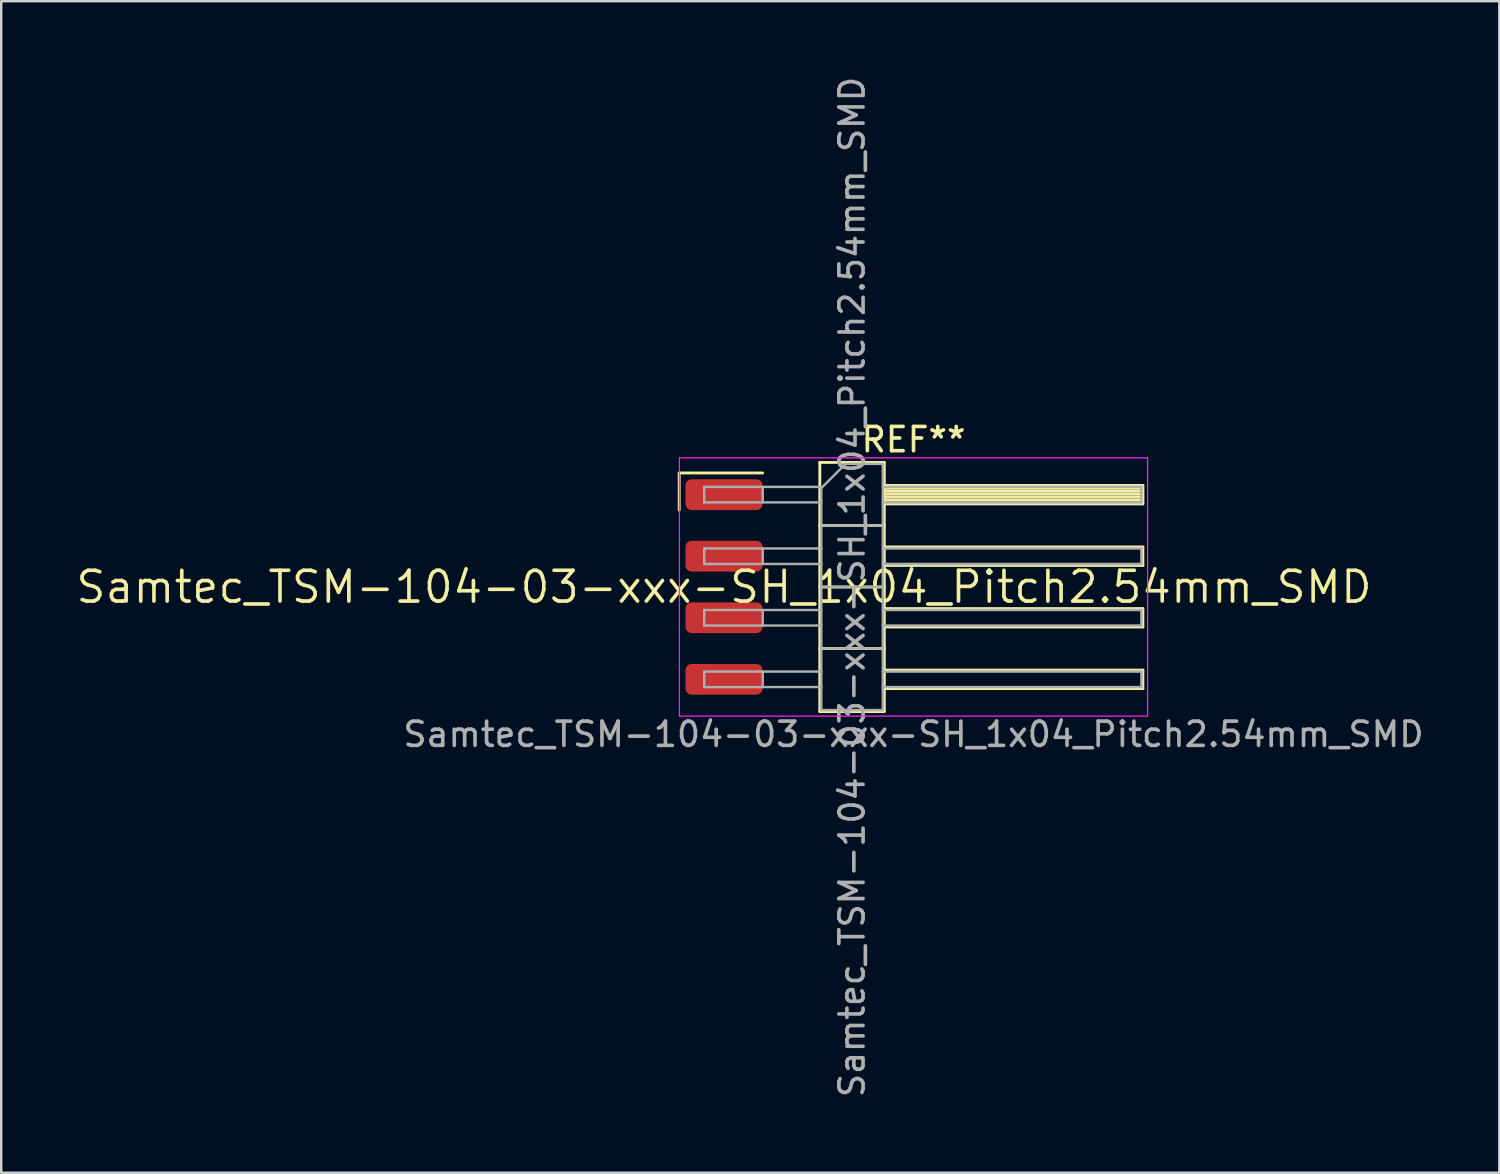
<source format=kicad_pcb>
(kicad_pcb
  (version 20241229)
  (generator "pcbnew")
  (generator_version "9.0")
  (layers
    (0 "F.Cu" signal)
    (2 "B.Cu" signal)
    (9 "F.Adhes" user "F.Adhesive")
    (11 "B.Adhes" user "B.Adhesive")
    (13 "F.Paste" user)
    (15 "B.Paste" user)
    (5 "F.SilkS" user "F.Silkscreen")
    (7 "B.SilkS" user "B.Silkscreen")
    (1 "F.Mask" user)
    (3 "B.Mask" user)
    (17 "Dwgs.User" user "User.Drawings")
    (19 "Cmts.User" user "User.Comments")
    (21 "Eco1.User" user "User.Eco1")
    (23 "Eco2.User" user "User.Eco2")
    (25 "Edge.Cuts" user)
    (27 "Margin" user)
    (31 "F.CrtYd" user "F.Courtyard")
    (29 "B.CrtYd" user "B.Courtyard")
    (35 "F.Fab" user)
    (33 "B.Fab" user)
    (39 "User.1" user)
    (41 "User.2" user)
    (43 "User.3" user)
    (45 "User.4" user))
  (footprint "Samtec_TSM-104-03-xxx-SH_1x04_Pitch2.54mm_SMD"
    (layer "F.Cu")
    (at 26.828 21.173)
    (property "Reference" "Samtec_TSM-104-03-xxx-SH_1x04_Pitch2.54mm_SMD" (at 0 0 0) (layer "F.SilkS") (effects (font (size 1.27 1.27) (thickness 0.15))))
    (attr smd)
    (fp_line (start -1.85 -4.705) (end 1.59 -4.705) (stroke (width 0.12) (type solid)) (layer "F.SilkS"))
    (fp_line (start -1.85 -3.175) (end -1.85 -4.705) (stroke (width 0.12) (type solid)) (layer "F.SilkS"))
    (fp_line (start 3.953 -5.14) (end 6.613 -5.14) (stroke (width 0.12) (type solid)) (layer "F.SilkS"))
    (fp_line (start 3.953 -2.54) (end 6.613 -2.54) (stroke (width 0.12) (type solid)) (layer "F.SilkS"))
    (fp_line (start 3.953 0) (end 6.613 0) (stroke (width 0.12) (type solid)) (layer "F.SilkS"))
    (fp_line (start 3.953 2.54) (end 6.613 2.54) (stroke (width 0.12) (type solid)) (layer "F.SilkS"))
    (fp_line (start 3.953 5.14) (end 3.953 -5.14) (stroke (width 0.12) (type solid)) (layer "F.SilkS"))
    (fp_line (start 6.613 -5.14) (end 6.613 5.14) (stroke (width 0.12) (type solid)) (layer "F.SilkS"))
    (fp_line (start 6.613 -4.19) (end 17.283 -4.19) (stroke (width 0.12) (type solid)) (layer "F.SilkS"))
    (fp_line (start 6.613 -4.07) (end 17.283 -4.07) (stroke (width 0.12) (type solid)) (layer "F.SilkS"))
    (fp_line (start 6.613 -3.95) (end 17.283 -3.95) (stroke (width 0.12) (type solid)) (layer "F.SilkS"))
    (fp_line (start 6.613 -3.83) (end 17.283 -3.83) (stroke (width 0.12) (type solid)) (layer "F.SilkS"))
    (fp_line (start 6.613 -3.71) (end 17.283 -3.71) (stroke (width 0.12) (type solid)) (layer "F.SilkS"))
    (fp_line (start 6.613 -3.59) (end 17.283 -3.59) (stroke (width 0.12) (type solid)) (layer "F.SilkS"))
    (fp_line (start 6.613 -3.47) (end 17.283 -3.47) (stroke (width 0.12) (type solid)) (layer "F.SilkS"))
    (fp_line (start 6.613 -3.43) (end 17.283 -3.43) (stroke (width 0.12) (type solid)) (layer "F.SilkS"))
    (fp_line (start 6.613 -1.65) (end 17.283 -1.65) (stroke (width 0.12) (type solid)) (layer "F.SilkS"))
    (fp_line (start 6.613 -0.89) (end 17.283 -0.89) (stroke (width 0.12) (type solid)) (layer "F.SilkS"))
    (fp_line (start 6.613 0.89) (end 17.283 0.89) (stroke (width 0.12) (type solid)) (layer "F.SilkS"))
    (fp_line (start 6.613 1.65) (end 17.283 1.65) (stroke (width 0.12) (type solid)) (layer "F.SilkS"))
    (fp_line (start 6.613 3.43) (end 17.283 3.43) (stroke (width 0.12) (type solid)) (layer "F.SilkS"))
    (fp_line (start 6.613 4.19) (end 17.283 4.19) (stroke (width 0.12) (type solid)) (layer "F.SilkS"))
    (fp_line (start 6.613 5.14) (end 3.953 5.14) (stroke (width 0.12) (type solid)) (layer "F.SilkS"))
    (fp_line (start 17.283 -4.19) (end 17.283 -3.43) (stroke (width 0.12) (type solid)) (layer "F.SilkS"))
    (fp_line (start 17.283 -1.65) (end 17.283 -0.89) (stroke (width 0.12) (type solid)) (layer "F.SilkS"))
    (fp_line (start 17.283 0.89) (end 17.283 1.65) (stroke (width 0.12) (type solid)) (layer "F.SilkS"))
    (fp_line (start 17.283 3.43) (end 17.283 4.19) (stroke (width 0.12) (type solid)) (layer "F.SilkS"))
    (fp_line (start -1.84 -5.33) (end 17.48 -5.33) (stroke (width 0.05) (type solid)) (layer "F.CrtYd"))
    (fp_line (start -1.84 5.33) (end -1.84 -5.33) (stroke (width 0.05) (type solid)) (layer "F.CrtYd"))
    (fp_line (start 17.48 -5.33) (end 17.48 5.33) (stroke (width 0.05) (type solid)) (layer "F.CrtYd"))
    (fp_line (start 17.48 5.33) (end -1.84 5.33) (stroke (width 0.05) (type solid)) (layer "F.CrtYd"))
    (fp_line (start -0.817 -4.13) (end -0.817 -3.49) (stroke (width 0.1) (type solid)) (layer "F.Fab"))
    (fp_line (start -0.817 -4.13) (end 4.013 -4.13) (stroke (width 0.1) (type solid)) (layer "F.Fab"))
    (fp_line (start -0.817 -3.49) (end 4.013 -3.49) (stroke (width 0.1) (type solid)) (layer "F.Fab"))
    (fp_line (start -0.817 -1.59) (end -0.817 -0.95) (stroke (width 0.1) (type solid)) (layer "F.Fab"))
    (fp_line (start -0.817 -1.59) (end 4.013 -1.59) (stroke (width 0.1) (type solid)) (layer "F.Fab"))
    (fp_line (start -0.817 -0.95) (end 4.013 -0.95) (stroke (width 0.1) (type solid)) (layer "F.Fab"))
    (fp_line (start -0.817 0.95) (end -0.817 1.59) (stroke (width 0.1) (type solid)) (layer "F.Fab"))
    (fp_line (start -0.817 0.95) (end 4.013 0.95) (stroke (width 0.1) (type solid)) (layer "F.Fab"))
    (fp_line (start -0.817 1.59) (end 4.013 1.59) (stroke (width 0.1) (type solid)) (layer "F.Fab"))
    (fp_line (start -0.817 3.49) (end -0.817 4.13) (stroke (width 0.1) (type solid)) (layer "F.Fab"))
    (fp_line (start -0.817 3.49) (end 4.013 3.49) (stroke (width 0.1) (type solid)) (layer "F.Fab"))
    (fp_line (start -0.817 4.13) (end 4.013 4.13) (stroke (width 0.1) (type solid)) (layer "F.Fab"))
    (fp_line (start 1.598 -4.13) (end 1.598 -3.49) (stroke (width 0.1) (type solid)) (layer "F.Fab"))
    (fp_line (start 1.598 -1.59) (end 1.598 -0.95) (stroke (width 0.1) (type solid)) (layer "F.Fab"))
    (fp_line (start 1.598 0.95) (end 1.598 1.59) (stroke (width 0.1) (type solid)) (layer "F.Fab"))
    (fp_line (start 1.598 3.49) (end 1.598 4.13) (stroke (width 0.1) (type solid)) (layer "F.Fab"))
    (fp_line (start 4.013 -4.08) (end 5.013 -5.08) (stroke (width 0.1) (type solid)) (layer "F.Fab"))
    (fp_line (start 4.013 -2.54) (end 6.553 -2.54) (stroke (width 0.1) (type solid)) (layer "F.Fab"))
    (fp_line (start 4.013 0) (end 6.553 0) (stroke (width 0.1) (type solid)) (layer "F.Fab"))
    (fp_line (start 4.013 2.54) (end 6.553 2.54) (stroke (width 0.1) (type solid)) (layer "F.Fab"))
    (fp_line (start 4.013 5.08) (end 4.013 -4.08) (stroke (width 0.1) (type solid)) (layer "F.Fab"))
    (fp_line (start 5.013 -5.08) (end 6.553 -5.08) (stroke (width 0.1) (type solid)) (layer "F.Fab"))
    (fp_line (start 6.553 -5.08) (end 6.553 5.08) (stroke (width 0.1) (type solid)) (layer "F.Fab"))
    (fp_line (start 6.553 -4.13) (end 17.223 -4.13) (stroke (width 0.1) (type solid)) (layer "F.Fab"))
    (fp_line (start 6.553 -3.49) (end 17.223 -3.49) (stroke (width 0.1) (type solid)) (layer "F.Fab"))
    (fp_line (start 6.553 -1.59) (end 17.223 -1.59) (stroke (width 0.1) (type solid)) (layer "F.Fab"))
    (fp_line (start 6.553 -0.95) (end 17.223 -0.95) (stroke (width 0.1) (type solid)) (layer "F.Fab"))
    (fp_line (start 6.553 0.95) (end 17.223 0.95) (stroke (width 0.1) (type solid)) (layer "F.Fab"))
    (fp_line (start 6.553 1.59) (end 17.223 1.59) (stroke (width 0.1) (type solid)) (layer "F.Fab"))
    (fp_line (start 6.553 3.49) (end 17.223 3.49) (stroke (width 0.1) (type solid)) (layer "F.Fab"))
    (fp_line (start 6.553 4.13) (end 17.223 4.13) (stroke (width 0.1) (type solid)) (layer "F.Fab"))
    (fp_line (start 6.553 5.08) (end 4.013 5.08) (stroke (width 0.1) (type solid)) (layer "F.Fab"))
    (fp_line (start 17.223 -4.13) (end 17.223 -3.49) (stroke (width 0.1) (type solid)) (layer "F.Fab"))
    (fp_line (start 17.223 -1.59) (end 17.223 -0.95) (stroke (width 0.1) (type solid)) (layer "F.Fab"))
    (fp_line (start 17.223 0.95) (end 17.223 1.59) (stroke (width 0.1) (type solid)) (layer "F.Fab"))
    (fp_line (start 17.223 3.49) (end 17.223 4.13) (stroke (width 0.1) (type solid)) (layer "F.Fab"))
    (fp_text user "REF**" (at 7.82 -6.08 0) (layer "F.SilkS") (effects (font (size 1 1) (thickness 0.15))))
    (fp_text user "Samtec_TSM-104-03-xxx-SH_1x04_Pitch2.54mm_SMD" (at 7.82 6.08 0) (layer "F.Fab") (effects (font (size 1 1) (thickness 0.15))))
    (fp_text user "${REFERENCE}" (at 5.283 0 90) (layer "F.Fab") (effects (font (size 1 1) (thickness 0.15))))
    (pad "1" smd roundrect (at 0 -3.81) (size 3.18 1.27) (layers "F.Cu" "F.Mask" "F.Paste") (roundrect_rratio 0.197))
    (pad "2" smd roundrect (at 0 -1.27) (size 3.18 1.27) (layers "F.Cu" "F.Mask" "F.Paste") (roundrect_rratio 0.197))
    (pad "3" smd roundrect (at 0 1.27) (size 3.18 1.27) (layers "F.Cu" "F.Mask" "F.Paste") (roundrect_rratio 0.197))
    (pad "4" smd roundrect (at 0 3.81) (size 3.18 1.27) (layers "F.Cu" "F.Mask" "F.Paste") (roundrect_rratio 0.197)))
  (gr_rect
    (start -3 -3)
    (end 58.821 45.345)
    (stroke (width 0.1) (type default))
    (fill no)
    (layer "Edge.Cuts")))
</source>
